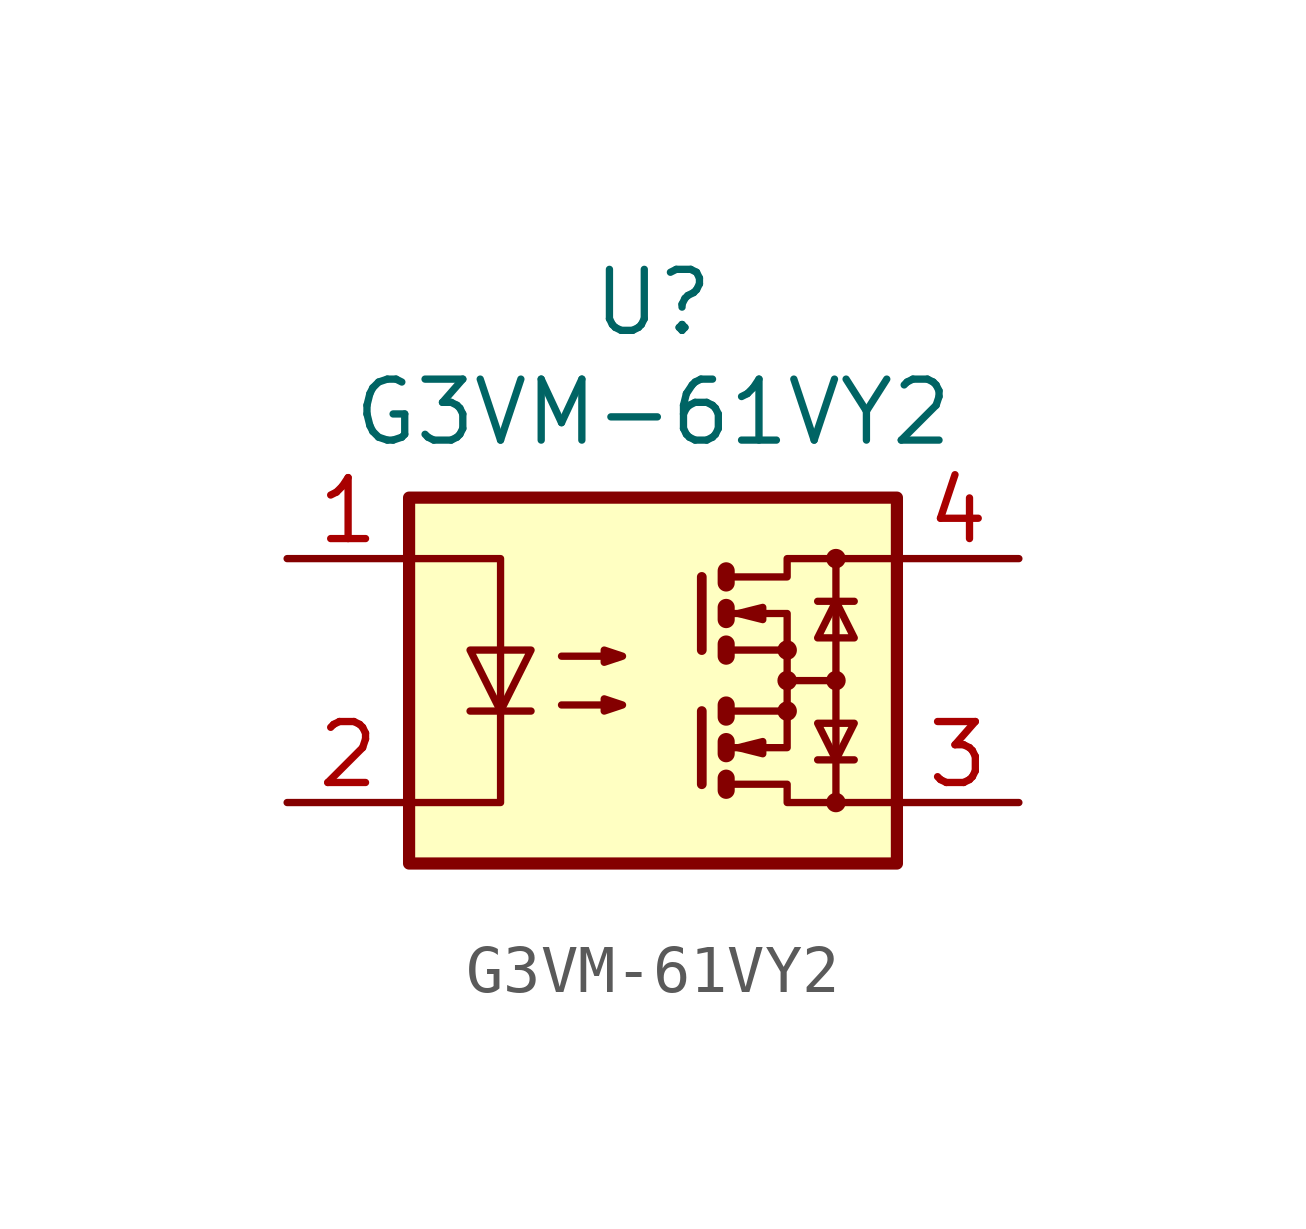
<source format=kicad_sym>
(kicad_symbol_lib
  (version 20231120)
  (generator "kicad_symbol_editor")
  (generator_version "8.0")
  (symbol "G3VM-61VY2"
    (property "Reference" "U"
      (at 7.62 5.334 0)
      (effects (font (size 1.27 1.27))))
    (property "Value" "G3VM-61VY2"
      (at 7.62 3.048 0)
      (effects (font (size 1.27 1.27))))
    (symbol "G3VM-61VY2_0_1"
      (polyline (pts (xy 3.81 -3.175) (xy 5.08 -3.175)) (stroke (width 0) (type default)) (fill (type none)))
      (polyline (pts (xy 8.636 -3.175) (xy 8.636 -4.699)) (stroke (width 0.203) (type default)) (fill (type none)))
      (polyline (pts (xy 8.636 -0.381) (xy 8.636 -1.905)) (stroke (width 0.203) (type default)) (fill (type none)))
      (polyline (pts (xy 9.144 -3.048) (xy 9.144 -3.302)) (stroke (width 0.356) (type default)) (fill (type none)))
      (polyline (pts (xy 10.414 -2.54) (xy 11.43 -2.54)) (stroke (width 0) (type default)) (fill (type none)))
      (polyline (pts (xy 11.049 -4.191) (xy 11.811 -4.191)) (stroke (width 0) (type default)) (fill (type none)))
      (polyline (pts (xy 11.049 -0.889) (xy 11.811 -0.889)) (stroke (width 0) (type default)) (fill (type none)))
      (polyline (pts (xy 11.43 -5.08) (xy 11.43 0)) (stroke (width 0) (type default)) (fill (type none)))
      (polyline (pts (xy 9.144 -4.572) (xy 9.144 -4.826) (xy 9.144 -4.826)) (stroke (width 0.356) (type default)) (fill (type none)))
      (polyline (pts (xy 9.144 -3.81) (xy 9.144 -4.064) (xy 9.144 -4.064)) (stroke (width 0.356) (type default)) (fill (type none)))
      (polyline (pts (xy 9.144 -1.778) (xy 9.144 -2.032) (xy 9.144 -2.032)) (stroke (width 0.356) (type default)) (fill (type none)))
      (polyline (pts (xy 9.144 -1.016) (xy 9.144 -1.27) (xy 9.144 -1.27)) (stroke (width 0.356) (type default)) (fill (type none)))
      (polyline (pts (xy 9.144 -0.254) (xy 9.144 -0.508) (xy 9.144 -0.508)) (stroke (width 0.356) (type default)) (fill (type none)))
      (polyline (pts (xy 9.271 -3.937) (xy 10.414 -3.937) (xy 10.414 -3.175)) (stroke (width 0) (type default)) (fill (type none)))
      (polyline (pts (xy 9.271 -1.143) (xy 10.414 -1.143) (xy 10.414 -1.905)) (stroke (width 0) (type default)) (fill (type none)))
      (polyline (pts (xy 2.54 0) (xy 4.445 0) (xy 4.445 -5.08) (xy 2.54 -5.08)) (stroke (width 0) (type default)) (fill (type none)))
      (polyline (pts (xy 4.445 -3.175) (xy 3.81 -1.905) (xy 5.08 -1.905) (xy 4.445 -3.175)) (stroke (width 0) (type default)) (fill (type none)))
      (polyline (pts (xy 9.271 -4.699) (xy 10.414 -4.699) (xy 10.414 -5.08) (xy 12.7 -5.08)) (stroke (width 0) (type default)) (fill (type none)))
      (polyline (pts (xy 9.271 -3.175) (xy 10.414 -3.175) (xy 10.414 -1.905) (xy 9.271 -1.905)) (stroke (width 0) (type default)) (fill (type none)))
      (polyline (pts (xy 9.271 -0.381) (xy 10.414 -0.381) (xy 10.414 0) (xy 12.7 0)) (stroke (width 0) (type default)) (fill (type none)))
      (polyline (pts (xy 9.398 -3.937) (xy 9.906 -3.81) (xy 9.906 -4.064) (xy 9.398 -3.937)) (stroke (width 0) (type default)) (fill (type none)))
      (polyline (pts (xy 9.398 -1.143) (xy 9.906 -1.016) (xy 9.906 -1.27) (xy 9.398 -1.143)) (stroke (width 0) (type default)) (fill (type none)))
      (polyline (pts (xy 11.43 -4.191) (xy 11.049 -3.429) (xy 11.811 -3.429) (xy 11.43 -4.191)) (stroke (width 0) (type default)) (fill (type none)))
      (polyline (pts (xy 11.43 -0.889) (xy 11.049 -1.651) (xy 11.811 -1.651) (xy 11.43 -0.889)) (stroke (width 0) (type default)) (fill (type none)))
      (polyline (pts (xy 5.715 -3.048) (xy 6.985 -3.048) (xy 6.604 -3.175) (xy 6.604 -2.921) (xy 6.985 -3.048)) (stroke (width 0) (type default)) (fill (type none)))
      (polyline (pts (xy 5.715 -2.032) (xy 6.985 -2.032) (xy 6.604 -2.159) (xy 6.604 -1.905) (xy 6.985 -2.032)) (stroke (width 0) (type default)) (fill (type none)))
      (rectangle (start 2.54 1.27) (end 12.7 -6.35) (stroke (width 0.254) (type default)) (fill (type background)))
      (circle (center 10.414 -3.175) (radius 0.127) (stroke (width 0) (type default)) (fill (type none)))
      (circle (center 10.414 -2.54) (radius 0.127) (stroke (width 0) (type default)) (fill (type none)))
      (circle (center 10.414 -1.905) (radius 0.127) (stroke (width 0) (type default)) (fill (type none)))
      (circle (center 11.43 -5.08) (radius 0.127) (stroke (width 0) (type default)) (fill (type none)))
      (circle (center 11.43 -2.54) (radius 0.127) (stroke (width 0) (type default)) (fill (type none)))
      (circle (center 11.43 0) (radius 0.127) (stroke (width 0) (type default)) (fill (type none))))
    (symbol "G3VM-61VY2_1_1"
      (pin passive line (at 0 0 0) (length 2.54) (name "~" (effects (font (size 1.27 1.27)))) (number "1" (effects (font (size 1.27 1.27)))))
      (pin passive line (at 0 -5.08 0) (length 2.54) (name "~" (effects (font (size 1.27 1.27)))) (number "2" (effects (font (size 1.27 1.27)))))
      (pin passive line (at 15.24 -5.08 180) (length 2.54) (name "~" (effects (font (size 1.27 1.27)))) (number "3" (effects (font (size 1.27 1.27)))))
      (pin passive line (at 15.24 0 180) (length 2.54) (name "~" (effects (font (size 1.27 1.27)))) (number "4" (effects (font (size 1.27 1.27))))))))
</source>
